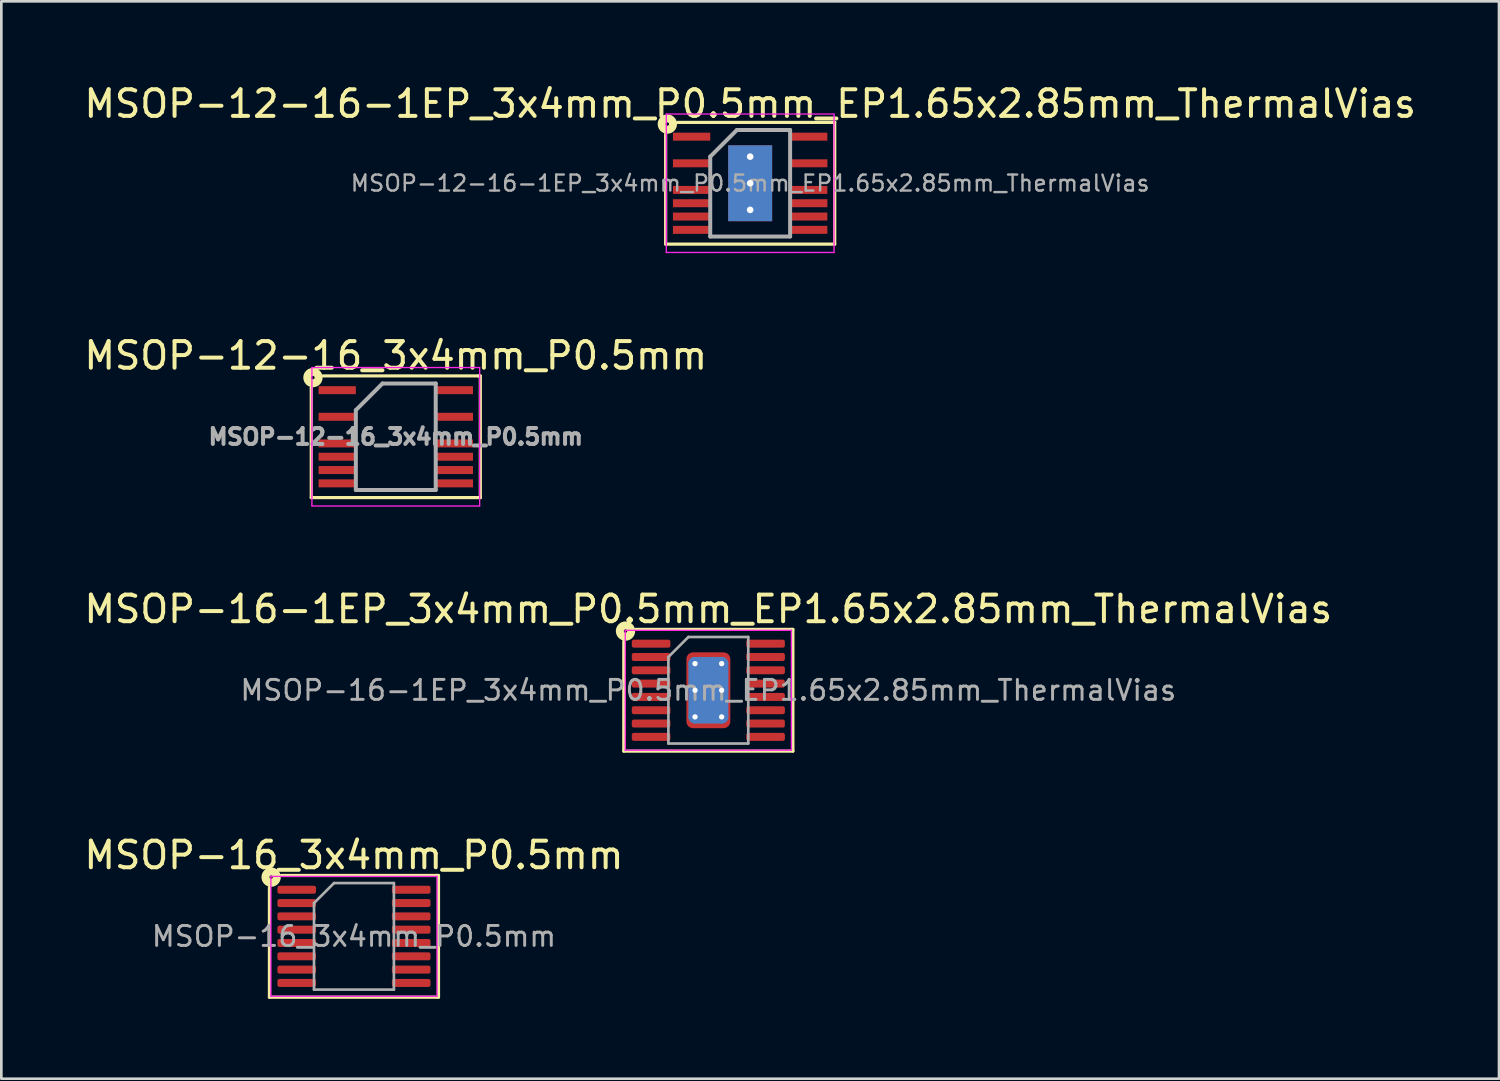
<source format=kicad_pcb>
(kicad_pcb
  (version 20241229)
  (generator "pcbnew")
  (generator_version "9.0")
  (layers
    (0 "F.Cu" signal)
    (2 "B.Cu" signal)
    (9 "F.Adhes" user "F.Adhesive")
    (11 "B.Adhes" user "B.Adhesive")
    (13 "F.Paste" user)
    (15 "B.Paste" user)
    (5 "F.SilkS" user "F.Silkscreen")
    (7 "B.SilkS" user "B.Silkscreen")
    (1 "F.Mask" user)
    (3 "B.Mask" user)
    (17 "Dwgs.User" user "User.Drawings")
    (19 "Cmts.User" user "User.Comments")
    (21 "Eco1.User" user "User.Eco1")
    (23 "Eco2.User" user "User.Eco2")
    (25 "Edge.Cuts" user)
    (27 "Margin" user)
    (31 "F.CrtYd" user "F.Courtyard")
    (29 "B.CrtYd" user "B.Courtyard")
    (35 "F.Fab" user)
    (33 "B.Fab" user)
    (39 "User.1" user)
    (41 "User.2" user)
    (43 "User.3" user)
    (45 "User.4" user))
  (footprint "MSOP-16_3x4mm_P0.5mm"
    (layer "F.Cu")
    (at 10.244 32.117)
    (property "Reference" "MSOP-16_3x4mm_P0.5mm" (at 0 -3.048 0) (layer "F.SilkS") (effects (font (size 1 1) (thickness 0.15))))
    (attr smd)
    (fp_line (start -3.175 2.286) (end -3.175 -1.841) (stroke (width 0.12) (type solid)) (layer "F.SilkS"))
    (fp_line (start -2.731 -2.286) (end 3.111 -2.286) (stroke (width 0.12) (type solid)) (layer "F.SilkS"))
    (fp_line (start 3.111 -2.286) (end 3.175 -2.286) (stroke (width 0.12) (type solid)) (layer "F.SilkS"))
    (fp_line (start 3.175 -2.286) (end 3.175 2.286) (stroke (width 0.12) (type solid)) (layer "F.SilkS"))
    (fp_line (start 3.175 2.286) (end -3.175 2.286) (stroke (width 0.12) (type solid)) (layer "F.SilkS"))
    (fp_circle (center -3.111 -2.223) (end -3.048 -2.223) (stroke (width 0.3) (type solid)) (fill no) (layer "F.SilkS"))
    (fp_line (start -3.12 -2.25) (end -3.12 2.25) (stroke (width 0.05) (type solid)) (layer "F.CrtYd"))
    (fp_line (start -3.12 2.25) (end 3.12 2.25) (stroke (width 0.05) (type solid)) (layer "F.CrtYd"))
    (fp_line (start 3.12 -2.25) (end -3.12 -2.25) (stroke (width 0.05) (type solid)) (layer "F.CrtYd"))
    (fp_line (start 3.12 2.25) (end 3.12 -2.25) (stroke (width 0.05) (type solid)) (layer "F.CrtYd"))
    (fp_line (start -1.5 -1.25) (end -0.75 -2) (stroke (width 0.1) (type solid)) (layer "F.Fab"))
    (fp_line (start -1.5 2) (end -1.5 -1.25) (stroke (width 0.1) (type solid)) (layer "F.Fab"))
    (fp_line (start -0.75 -2) (end 1.5 -2) (stroke (width 0.1) (type solid)) (layer "F.Fab"))
    (fp_line (start 1.5 -2) (end 1.5 2) (stroke (width 0.1) (type solid)) (layer "F.Fab"))
    (fp_line (start 1.5 2) (end -1.5 2) (stroke (width 0.1) (type solid)) (layer "F.Fab"))
    (fp_text user "${REFERENCE}" (at 0 0 0) (layer "F.Fab") (effects (font (size 0.75 0.75) (thickness 0.11))))
    (pad "1" smd roundrect (at -2.15 -1.75) (size 1.45 0.3) (layers "F.Cu" "F.Mask" "F.Paste") (roundrect_rratio 0.25))
    (pad "2" smd roundrect (at -2.15 -1.25) (size 1.45 0.3) (layers "F.Cu" "F.Mask" "F.Paste") (roundrect_rratio 0.25))
    (pad "3" smd roundrect (at -2.15 -0.75) (size 1.45 0.3) (layers "F.Cu" "F.Mask" "F.Paste") (roundrect_rratio 0.25))
    (pad "4" smd roundrect (at -2.15 -0.25) (size 1.45 0.3) (layers "F.Cu" "F.Mask" "F.Paste") (roundrect_rratio 0.25))
    (pad "5" smd roundrect (at -2.15 0.25) (size 1.45 0.3) (layers "F.Cu" "F.Mask" "F.Paste") (roundrect_rratio 0.25))
    (pad "6" smd roundrect (at -2.15 0.75) (size 1.45 0.3) (layers "F.Cu" "F.Mask" "F.Paste") (roundrect_rratio 0.25))
    (pad "7" smd roundrect (at -2.15 1.25) (size 1.45 0.3) (layers "F.Cu" "F.Mask" "F.Paste") (roundrect_rratio 0.25))
    (pad "8" smd roundrect (at -2.15 1.75) (size 1.45 0.3) (layers "F.Cu" "F.Mask" "F.Paste") (roundrect_rratio 0.25))
    (pad "9" smd roundrect (at 2.15 1.75) (size 1.45 0.3) (layers "F.Cu" "F.Mask" "F.Paste") (roundrect_rratio 0.25))
    (pad "10" smd roundrect (at 2.15 1.25) (size 1.45 0.3) (layers "F.Cu" "F.Mask" "F.Paste") (roundrect_rratio 0.25))
    (pad "11" smd roundrect (at 2.15 0.75) (size 1.45 0.3) (layers "F.Cu" "F.Mask" "F.Paste") (roundrect_rratio 0.25))
    (pad "12" smd roundrect (at 2.15 0.25) (size 1.45 0.3) (layers "F.Cu" "F.Mask" "F.Paste") (roundrect_rratio 0.25))
    (pad "13" smd roundrect (at 2.15 -0.25) (size 1.45 0.3) (layers "F.Cu" "F.Mask" "F.Paste") (roundrect_rratio 0.25))
    (pad "14" smd roundrect (at 2.15 -0.75) (size 1.45 0.3) (layers "F.Cu" "F.Mask" "F.Paste") (roundrect_rratio 0.25))
    (pad "15" smd roundrect (at 2.15 -1.25) (size 1.45 0.3) (layers "F.Cu" "F.Mask" "F.Paste") (roundrect_rratio 0.25))
    (pad "16" smd roundrect (at 2.15 -1.75) (size 1.45 0.3) (layers "F.Cu" "F.Mask" "F.Paste") (roundrect_rratio 0.25)))
  (footprint "MSOP-12-16-1EP_3x4mm_P0.5mm_EP1.65x2.85mm_ThermalVias"
    (layer "F.Cu")
    (at 25.125 3.833)
    (property "Reference" "MSOP-12-16-1EP_3x4mm_P0.5mm_EP1.65x2.85mm_ThermalVias" (at 0 -2.985 0) (layer "F.SilkS") (effects (font (size 1 1) (thickness 0.15))))
    (attr smd)
    (fp_line (start -3.175 2.286) (end -3.175 -1.841) (stroke (width 0.12) (type solid)) (layer "F.SilkS"))
    (fp_line (start -2.731 -2.286) (end 3.111 -2.286) (stroke (width 0.12) (type solid)) (layer "F.SilkS"))
    (fp_line (start 3.111 -2.286) (end 3.175 -2.286) (stroke (width 0.12) (type solid)) (layer "F.SilkS"))
    (fp_line (start 3.175 -2.286) (end 3.175 2.286) (stroke (width 0.12) (type solid)) (layer "F.SilkS"))
    (fp_line (start 3.175 2.286) (end -3.175 2.286) (stroke (width 0.12) (type solid)) (layer "F.SilkS"))
    (fp_circle (center -3.111 -2.223) (end -3.048 -2.223) (stroke (width 0.3) (type solid)) (fill no) (layer "F.SilkS"))
    (fp_line (start -3.15 -2.6) (end -3.15 2.6) (stroke (width 0.05) (type solid)) (layer "F.CrtYd"))
    (fp_line (start -3.15 -2.6) (end 3.15 -2.6) (stroke (width 0.05) (type solid)) (layer "F.CrtYd"))
    (fp_line (start -3.15 2.6) (end 3.15 2.6) (stroke (width 0.05) (type solid)) (layer "F.CrtYd"))
    (fp_line (start 3.15 -2.6) (end 3.15 2.6) (stroke (width 0.05) (type solid)) (layer "F.CrtYd"))
    (fp_line (start -1.5 -1) (end -0.5 -2) (stroke (width 0.15) (type solid)) (layer "F.Fab"))
    (fp_line (start -1.5 2) (end -1.5 -1) (stroke (width 0.15) (type solid)) (layer "F.Fab"))
    (fp_line (start -0.5 -2) (end 1.5 -2) (stroke (width 0.15) (type solid)) (layer "F.Fab"))
    (fp_line (start 1.5 -2) (end 1.5 2) (stroke (width 0.15) (type solid)) (layer "F.Fab"))
    (fp_line (start 1.5 2) (end -1.5 2) (stroke (width 0.15) (type solid)) (layer "F.Fab"))
    (fp_text user "${REFERENCE}" (at 0 0 0) (layer "F.Fab") (effects (font (size 0.6 0.6) (thickness 0.09))))
    (pad "" smd rect (at -0.45 -1.25) (size 0.65 0.25) (layers "F.Paste"))
    (pad "" smd rect (at -0.45 -0.5) (size 0.65 0.8) (layers "F.Paste"))
    (pad "" smd rect (at -0.45 0.5) (size 0.65 0.8) (layers "F.Paste"))
    (pad "" smd rect (at -0.45 1.25) (size 0.65 0.25) (layers "F.Paste"))
    (pad "" smd rect (at 0.45 -1.25) (size 0.65 0.25) (layers "F.Paste"))
    (pad "" smd rect (at 0.45 -0.5) (size 0.65 0.8) (layers "F.Paste"))
    (pad "" smd rect (at 0.45 0.5) (size 0.65 0.8) (layers "F.Paste"))
    (pad "" smd rect (at 0.45 1.25) (size 0.65 0.25) (layers "F.Paste"))
    (pad "1" smd rect (at -2.2 -1.75) (size 1.4 0.3) (layers "F.Cu" "F.Mask" "F.Paste"))
    (pad "3" smd rect (at -2.2 -0.75) (size 1.4 0.3) (layers "F.Cu" "F.Mask" "F.Paste"))
    (pad "5" smd rect (at -2.2 0.25) (size 1.4 0.3) (layers "F.Cu" "F.Mask" "F.Paste"))
    (pad "6" smd rect (at -2.2 0.75) (size 1.4 0.3) (layers "F.Cu" "F.Mask" "F.Paste"))
    (pad "7" smd rect (at -2.2 1.25) (size 1.4 0.3) (layers "F.Cu" "F.Mask" "F.Paste"))
    (pad "8" smd rect (at -2.2 1.75) (size 1.4 0.3) (layers "F.Cu" "F.Mask" "F.Paste"))
    (pad "9" smd rect (at 2.2 1.75) (size 1.4 0.3) (layers "F.Cu" "F.Mask" "F.Paste"))
    (pad "10" smd rect (at 2.2 1.25) (size 1.4 0.3) (layers "F.Cu" "F.Mask" "F.Paste"))
    (pad "11" smd rect (at 2.2 0.75) (size 1.4 0.3) (layers "F.Cu" "F.Mask" "F.Paste"))
    (pad "12" smd rect (at 2.2 0.25) (size 1.4 0.3) (layers "F.Cu" "F.Mask" "F.Paste"))
    (pad "14" smd rect (at 2.2 -0.75) (size 1.4 0.3) (layers "F.Cu" "F.Mask" "F.Paste"))
    (pad "16" smd rect (at 2.2 -1.75) (size 1.4 0.3) (layers "F.Cu" "F.Mask" "F.Paste"))
    (pad "17" thru_hole circle (at 0 -1) (size 0.65 0.65) (drill 0.25) (layers "*.Cu"))
    (pad "17" thru_hole circle (at 0 0) (size 0.65 0.65) (drill 0.25) (layers "*.Cu"))
    (pad "17" smd rect (at 0 0) (size 1.65 2.85) (layers "F.Cu" "F.Mask" "F.Paste"))
    (pad "17" smd rect (at 0 0) (size 1.65 2.85) (layers "B.Cu" "B.Mask"))
    (pad "17" thru_hole circle (at 0 1) (size 0.65 0.65) (drill 0.25) (layers "*.Cu")))
  (footprint "MSOP-12-16_3x4mm_P0.5mm"
    (layer "F.Cu")
    (at 11.815 13.354)
    (property "Reference" "MSOP-12-16_3x4mm_P0.5mm" (at 0 -3.048 0) (layer "F.SilkS") (effects (font (size 1 1) (thickness 0.15))))
    (attr smd)
    (fp_line (start -3.175 2.286) (end -3.175 -1.841) (stroke (width 0.12) (type solid)) (layer "F.SilkS"))
    (fp_line (start -2.731 -2.286) (end 3.111 -2.286) (stroke (width 0.12) (type solid)) (layer "F.SilkS"))
    (fp_line (start 3.111 -2.286) (end 3.175 -2.286) (stroke (width 0.12) (type solid)) (layer "F.SilkS"))
    (fp_line (start 3.175 -2.286) (end 3.175 2.286) (stroke (width 0.12) (type solid)) (layer "F.SilkS"))
    (fp_line (start 3.175 2.286) (end -3.175 2.286) (stroke (width 0.12) (type solid)) (layer "F.SilkS"))
    (fp_circle (center -3.111 -2.223) (end -3.048 -2.223) (stroke (width 0.3) (type solid)) (fill no) (layer "F.SilkS"))
    (fp_line (start -3.15 -2.6) (end -3.15 2.6) (stroke (width 0.05) (type solid)) (layer "F.CrtYd"))
    (fp_line (start -3.15 -2.6) (end 3.15 -2.6) (stroke (width 0.05) (type solid)) (layer "F.CrtYd"))
    (fp_line (start -3.15 2.6) (end 3.15 2.6) (stroke (width 0.05) (type solid)) (layer "F.CrtYd"))
    (fp_line (start 3.15 -2.6) (end 3.15 2.6) (stroke (width 0.05) (type solid)) (layer "F.CrtYd"))
    (fp_line (start -1.5 -1) (end -0.5 -2) (stroke (width 0.15) (type solid)) (layer "F.Fab"))
    (fp_line (start -1.5 2) (end -1.5 -1) (stroke (width 0.15) (type solid)) (layer "F.Fab"))
    (fp_line (start -0.5 -2) (end 1.5 -2) (stroke (width 0.15) (type solid)) (layer "F.Fab"))
    (fp_line (start 1.5 -2) (end 1.5 2) (stroke (width 0.15) (type solid)) (layer "F.Fab"))
    (fp_line (start 1.5 2) (end -1.5 2) (stroke (width 0.15) (type solid)) (layer "F.Fab"))
    (fp_text user "${REFERENCE}" (at 0 0 0) (layer "F.Fab") (effects (font (size 0.6 0.6) (thickness 0.15))))
    (pad "1" smd rect (at -2.2 -1.75) (size 1.4 0.3) (layers "F.Cu" "F.Mask" "F.Paste"))
    (pad "3" smd rect (at -2.2 -0.75) (size 1.4 0.3) (layers "F.Cu" "F.Mask" "F.Paste"))
    (pad "5" smd rect (at -2.2 0.25) (size 1.4 0.3) (layers "F.Cu" "F.Mask" "F.Paste"))
    (pad "6" smd rect (at -2.2 0.75) (size 1.4 0.3) (layers "F.Cu" "F.Mask" "F.Paste"))
    (pad "7" smd rect (at -2.2 1.25) (size 1.4 0.3) (layers "F.Cu" "F.Mask" "F.Paste"))
    (pad "8" smd rect (at -2.2 1.75) (size 1.4 0.3) (layers "F.Cu" "F.Mask" "F.Paste"))
    (pad "9" smd rect (at 2.2 1.75) (size 1.4 0.3) (layers "F.Cu" "F.Mask" "F.Paste"))
    (pad "10" smd rect (at 2.2 1.25) (size 1.4 0.3) (layers "F.Cu" "F.Mask" "F.Paste"))
    (pad "11" smd rect (at 2.2 0.75) (size 1.4 0.3) (layers "F.Cu" "F.Mask" "F.Paste"))
    (pad "12" smd rect (at 2.2 0.25) (size 1.4 0.3) (layers "F.Cu" "F.Mask" "F.Paste"))
    (pad "14" smd rect (at 2.2 -0.75) (size 1.4 0.3) (layers "F.Cu" "F.Mask" "F.Paste"))
    (pad "16" smd rect (at 2.2 -1.75) (size 1.4 0.3) (layers "F.Cu" "F.Mask" "F.Paste")))
  (footprint "MSOP-16-1EP_3x4mm_P0.5mm_EP1.65x2.85mm_ThermalVias"
    (layer "F.Cu")
    (at 23.554 22.875)
    (property "Reference" "MSOP-16-1EP_3x4mm_P0.5mm_EP1.65x2.85mm_ThermalVias" (at 0 -3.048 0) (layer "F.SilkS") (effects (font (size 1 1) (thickness 0.15))))
    (attr smd)
    (fp_line (start -3.175 2.286) (end -3.175 -1.841) (stroke (width 0.12) (type solid)) (layer "F.SilkS"))
    (fp_line (start -2.731 -2.286) (end 3.111 -2.286) (stroke (width 0.12) (type solid)) (layer "F.SilkS"))
    (fp_line (start 3.111 -2.286) (end 3.175 -2.286) (stroke (width 0.12) (type solid)) (layer "F.SilkS"))
    (fp_line (start 3.175 -2.286) (end 3.175 2.286) (stroke (width 0.12) (type solid)) (layer "F.SilkS"))
    (fp_line (start 3.175 2.286) (end -3.175 2.286) (stroke (width 0.12) (type solid)) (layer "F.SilkS"))
    (fp_circle (center -3.111 -2.223) (end -3.048 -2.223) (stroke (width 0.3) (type solid)) (fill no) (layer "F.SilkS"))
    (fp_line (start -3.12 -2.25) (end -3.12 2.25) (stroke (width 0.05) (type solid)) (layer "F.CrtYd"))
    (fp_line (start -3.12 2.25) (end 3.12 2.25) (stroke (width 0.05) (type solid)) (layer "F.CrtYd"))
    (fp_line (start 3.12 -2.25) (end -3.12 -2.25) (stroke (width 0.05) (type solid)) (layer "F.CrtYd"))
    (fp_line (start 3.12 2.25) (end 3.12 -2.25) (stroke (width 0.05) (type solid)) (layer "F.CrtYd"))
    (fp_line (start -1.5 -1.25) (end -0.75 -2) (stroke (width 0.1) (type solid)) (layer "F.Fab"))
    (fp_line (start -1.5 2) (end -1.5 -1.25) (stroke (width 0.1) (type solid)) (layer "F.Fab"))
    (fp_line (start -0.75 -2) (end 1.5 -2) (stroke (width 0.1) (type solid)) (layer "F.Fab"))
    (fp_line (start 1.5 -2) (end 1.5 2) (stroke (width 0.1) (type solid)) (layer "F.Fab"))
    (fp_line (start 1.5 2) (end -1.5 2) (stroke (width 0.1) (type solid)) (layer "F.Fab"))
    (fp_text user "${REFERENCE}" (at 0 0 0) (layer "F.Fab") (effects (font (size 0.75 0.75) (thickness 0.11))))
    (pad "" smd roundrect (at -0.41 -0.71) (size 0.69 1.19) (layers "F.Paste") (roundrect_rratio 0.25))
    (pad "" smd roundrect (at -0.41 0.71) (size 0.69 1.19) (layers "F.Paste") (roundrect_rratio 0.25))
    (pad "" smd roundrect (at 0.41 -0.71) (size 0.69 1.19) (layers "F.Paste") (roundrect_rratio 0.25))
    (pad "" smd roundrect (at 0.41 0.71) (size 0.69 1.19) (layers "F.Paste") (roundrect_rratio 0.25))
    (pad "1" smd roundrect (at -2.15 -1.75) (size 1.45 0.3) (layers "F.Cu" "F.Mask" "F.Paste") (roundrect_rratio 0.25))
    (pad "2" smd roundrect (at -2.15 -1.25) (size 1.45 0.3) (layers "F.Cu" "F.Mask" "F.Paste") (roundrect_rratio 0.25))
    (pad "3" smd roundrect (at -2.15 -0.75) (size 1.45 0.3) (layers "F.Cu" "F.Mask" "F.Paste") (roundrect_rratio 0.25))
    (pad "4" smd roundrect (at -2.15 -0.25) (size 1.45 0.3) (layers "F.Cu" "F.Mask" "F.Paste") (roundrect_rratio 0.25))
    (pad "5" smd roundrect (at -2.15 0.25) (size 1.45 0.3) (layers "F.Cu" "F.Mask" "F.Paste") (roundrect_rratio 0.25))
    (pad "6" smd roundrect (at -2.15 0.75) (size 1.45 0.3) (layers "F.Cu" "F.Mask" "F.Paste") (roundrect_rratio 0.25))
    (pad "7" smd roundrect (at -2.15 1.25) (size 1.45 0.3) (layers "F.Cu" "F.Mask" "F.Paste") (roundrect_rratio 0.25))
    (pad "8" smd roundrect (at -2.15 1.75) (size 1.45 0.3) (layers "F.Cu" "F.Mask" "F.Paste") (roundrect_rratio 0.25))
    (pad "9" smd roundrect (at 2.15 1.75) (size 1.45 0.3) (layers "F.Cu" "F.Mask" "F.Paste") (roundrect_rratio 0.25))
    (pad "10" smd roundrect (at 2.15 1.25) (size 1.45 0.3) (layers "F.Cu" "F.Mask" "F.Paste") (roundrect_rratio 0.25))
    (pad "11" smd roundrect (at 2.15 0.75) (size 1.45 0.3) (layers "F.Cu" "F.Mask" "F.Paste") (roundrect_rratio 0.25))
    (pad "12" smd roundrect (at 2.15 0.25) (size 1.45 0.3) (layers "F.Cu" "F.Mask" "F.Paste") (roundrect_rratio 0.25))
    (pad "13" smd roundrect (at 2.15 -0.25) (size 1.45 0.3) (layers "F.Cu" "F.Mask" "F.Paste") (roundrect_rratio 0.25))
    (pad "14" smd roundrect (at 2.15 -0.75) (size 1.45 0.3) (layers "F.Cu" "F.Mask" "F.Paste") (roundrect_rratio 0.25))
    (pad "15" smd roundrect (at 2.15 -1.25) (size 1.45 0.3) (layers "F.Cu" "F.Mask" "F.Paste") (roundrect_rratio 0.25))
    (pad "16" smd roundrect (at 2.15 -1.75) (size 1.45 0.3) (layers "F.Cu" "F.Mask" "F.Paste") (roundrect_rratio 0.25))
    (pad "17" thru_hole circle (at -0.5 -1) (size 0.5 0.5) (drill 0.2) (layers "*.Cu"))
    (pad "17" thru_hole circle (at -0.5 0) (size 0.5 0.5) (drill 0.2) (layers "*.Cu"))
    (pad "17" thru_hole circle (at -0.5 1) (size 0.5 0.5) (drill 0.2) (layers "*.Cu"))
    (pad "17" smd roundrect (at 0 0) (size 1.5 2.5) (layers "B.Cu" "B.Mask") (roundrect_rratio 0.167))
    (pad "17" smd roundrect (at 0 0) (size 1.65 2.85) (layers "F.Cu" "F.Mask") (roundrect_rratio 0.152))
    (pad "17" thru_hole circle (at 0.5 -1) (size 0.5 0.5) (drill 0.2) (layers "*.Cu"))
    (pad "17" thru_hole circle (at 0.5 0) (size 0.5 0.5) (drill 0.2) (layers "*.Cu"))
    (pad "17" thru_hole circle (at 0.5 1) (size 0.5 0.5) (drill 0.2) (layers "*.Cu")))
  (gr_rect
    (start -3 -3)
    (end 53.25 37.464)
    (stroke (width 0.1) (type default))
    (fill no)
    (layer "Edge.Cuts")))
</source>
